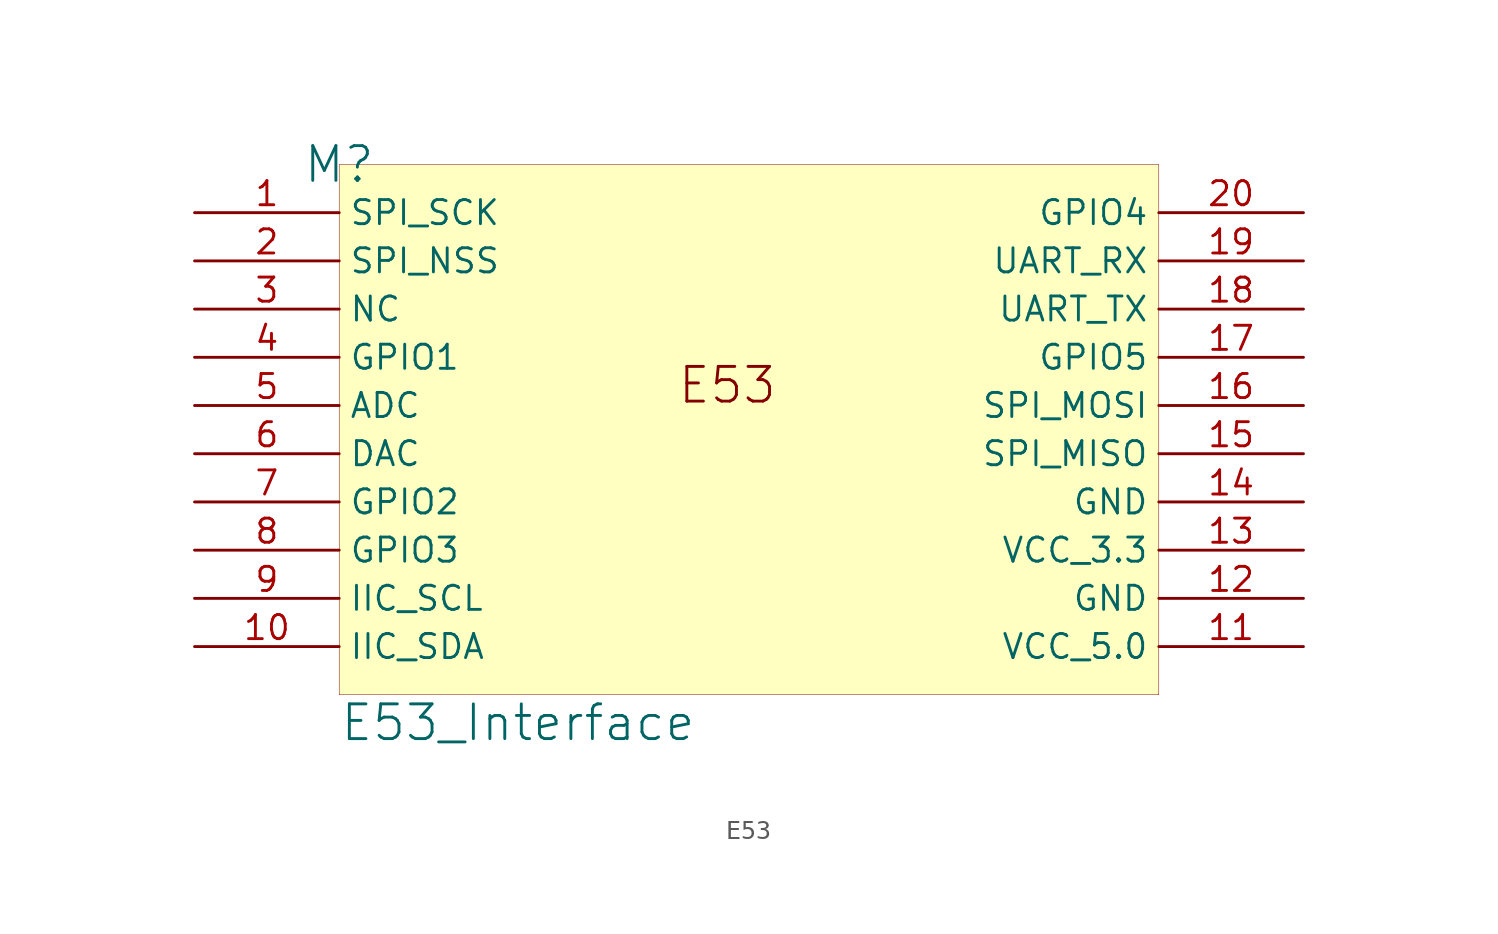
<source format=kicad_sym>
(kicad_symbol_lib
  (version 20231120)
  (generator "kicad_symbol_editor")
  (generator_version "8.0")
  (symbol "E53"
    (property "Reference" "M"
      (at 0 0 0)
      (effects (font (size 1.829 1.829))))
    (property "Value" "E53_Interface"
      (at 0 -30.48 0)
      (effects (font (size 1.829 1.829)) (justify left bottom)))
    (symbol "E53_1_0"
      (rectangle (start 43.18 0) (end 0 -27.94) (stroke (width 0.025) (type solid) (color 128 0 0 1)) (fill (type background)))
      (text "E53" (at 17.78 -12.7 0) (effects (font (size 1.829 1.829)) (justify left bottom)))
      (pin passive line (at -7.62 -2.54 0) (length 7.62) (name "SPI_SCK" (effects (font (size 1.27 1.27)))) (number "1" (effects (font (size 1.27 1.27)))))
      (pin passive line (at -7.62 -25.4 0) (length 7.62) (name "IIC_SDA" (effects (font (size 1.27 1.27)))) (number "10" (effects (font (size 1.27 1.27)))))
      (pin passive line (at 50.8 -25.4 180) (length 7.62) (name "VCC_5.0" (effects (font (size 1.27 1.27)))) (number "11" (effects (font (size 1.27 1.27)))))
      (pin passive line (at 50.8 -22.86 180) (length 7.62) (name "GND" (effects (font (size 1.27 1.27)))) (number "12" (effects (font (size 1.27 1.27)))))
      (pin passive line (at 50.8 -20.32 180) (length 7.62) (name "VCC_3.3" (effects (font (size 1.27 1.27)))) (number "13" (effects (font (size 1.27 1.27)))))
      (pin passive line (at 50.8 -17.78 180) (length 7.62) (name "GND" (effects (font (size 1.27 1.27)))) (number "14" (effects (font (size 1.27 1.27)))))
      (pin passive line (at 50.8 -15.24 180) (length 7.62) (name "SPI_MISO" (effects (font (size 1.27 1.27)))) (number "15" (effects (font (size 1.27 1.27)))))
      (pin passive line (at 50.8 -12.7 180) (length 7.62) (name "SPI_MOSI" (effects (font (size 1.27 1.27)))) (number "16" (effects (font (size 1.27 1.27)))))
      (pin passive line (at 50.8 -10.16 180) (length 7.62) (name "GPIO5" (effects (font (size 1.27 1.27)))) (number "17" (effects (font (size 1.27 1.27)))))
      (pin passive line (at 50.8 -7.62 180) (length 7.62) (name "UART_TX" (effects (font (size 1.27 1.27)))) (number "18" (effects (font (size 1.27 1.27)))))
      (pin passive line (at 50.8 -5.08 180) (length 7.62) (name "UART_RX" (effects (font (size 1.27 1.27)))) (number "19" (effects (font (size 1.27 1.27)))))
      (pin passive line (at -7.62 -5.08 0) (length 7.62) (name "SPI_NSS" (effects (font (size 1.27 1.27)))) (number "2" (effects (font (size 1.27 1.27)))))
      (pin passive line (at 50.8 -2.54 180) (length 7.62) (name "GPIO4" (effects (font (size 1.27 1.27)))) (number "20" (effects (font (size 1.27 1.27)))))
      (pin passive line (at -7.62 -7.62 0) (length 7.62) (name "NC" (effects (font (size 1.27 1.27)))) (number "3" (effects (font (size 1.27 1.27)))))
      (pin passive line (at -7.62 -10.16 0) (length 7.62) (name "GPIO1" (effects (font (size 1.27 1.27)))) (number "4" (effects (font (size 1.27 1.27)))))
      (pin passive line (at -7.62 -12.7 0) (length 7.62) (name "ADC" (effects (font (size 1.27 1.27)))) (number "5" (effects (font (size 1.27 1.27)))))
      (pin passive line (at -7.62 -15.24 0) (length 7.62) (name "DAC" (effects (font (size 1.27 1.27)))) (number "6" (effects (font (size 1.27 1.27)))))
      (pin passive line (at -7.62 -17.78 0) (length 7.62) (name "GPIO2" (effects (font (size 1.27 1.27)))) (number "7" (effects (font (size 1.27 1.27)))))
      (pin passive line (at -7.62 -20.32 0) (length 7.62) (name "GPIO3" (effects (font (size 1.27 1.27)))) (number "8" (effects (font (size 1.27 1.27)))))
      (pin passive line (at -7.62 -22.86 0) (length 7.62) (name "IIC_SCL" (effects (font (size 1.27 1.27)))) (number "9" (effects (font (size 1.27 1.27))))))))
</source>
